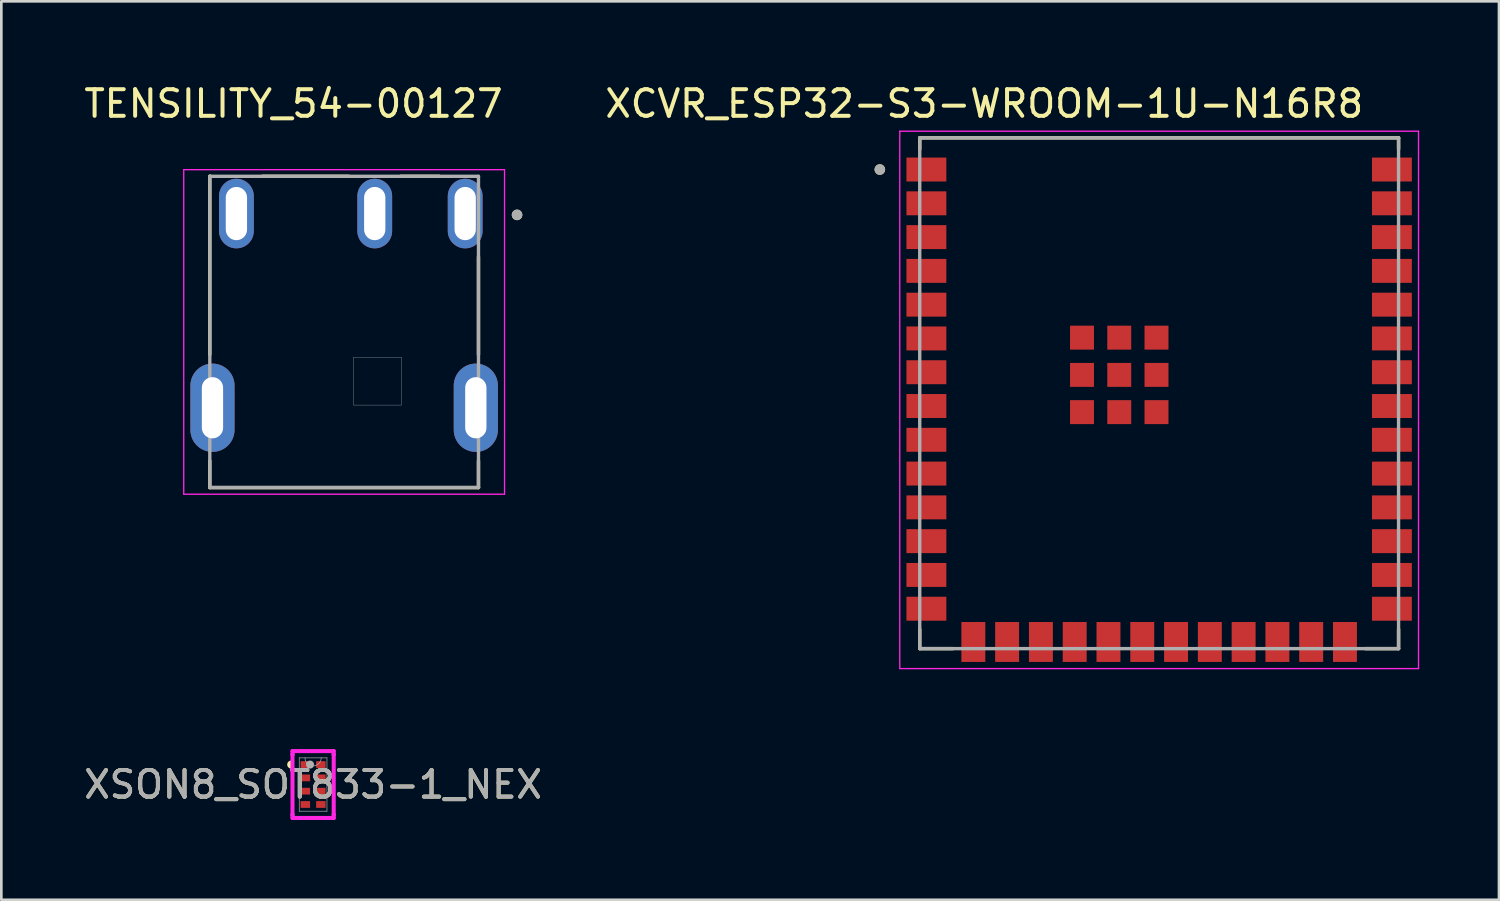
<source format=kicad_pcb>
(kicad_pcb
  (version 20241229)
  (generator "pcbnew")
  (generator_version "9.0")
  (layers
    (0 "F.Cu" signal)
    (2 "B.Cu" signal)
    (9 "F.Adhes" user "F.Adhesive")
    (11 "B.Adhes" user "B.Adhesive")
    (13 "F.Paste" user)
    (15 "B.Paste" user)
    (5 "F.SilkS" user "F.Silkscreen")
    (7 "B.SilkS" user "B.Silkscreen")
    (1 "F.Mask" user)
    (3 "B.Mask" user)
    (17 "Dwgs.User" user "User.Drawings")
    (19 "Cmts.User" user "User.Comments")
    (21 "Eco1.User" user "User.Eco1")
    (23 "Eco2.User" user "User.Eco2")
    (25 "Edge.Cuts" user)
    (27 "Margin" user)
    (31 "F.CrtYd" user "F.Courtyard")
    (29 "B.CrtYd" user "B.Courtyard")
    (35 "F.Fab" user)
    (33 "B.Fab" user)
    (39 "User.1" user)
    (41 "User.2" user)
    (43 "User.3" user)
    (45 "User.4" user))
  (footprint "TENSILITY_54-00127"
    (layer "F.Cu")
    (at 9.887 12.278)
    (property "Reference" "TENSILITY_54-00127" (at -1.905 -11.43 0) (layer "F.SilkS") (effects (font (size 1 1) (thickness 0.15))))
    (attr through_hole)
    (fp_line (start -5.05 -8.7) (end -5.024 -8.7) (stroke (width 0.127) (type solid)) (layer "F.SilkS"))
    (fp_line (start -5.05 -2) (end -5.05 -8.7) (stroke (width 0.127) (type solid)) (layer "F.SilkS"))
    (fp_line (start -5.05 3) (end -5.05 2) (stroke (width 0.127) (type solid)) (layer "F.SilkS"))
    (fp_line (start -3.076 -8.7) (end 0.176 -8.7) (stroke (width 0.127) (type solid)) (layer "F.SilkS"))
    (fp_line (start 2.124 -8.7) (end 3.576 -8.7) (stroke (width 0.127) (type solid)) (layer "F.SilkS"))
    (fp_line (start 5.05 -5.672) (end 5.05 -2) (stroke (width 0.127) (type solid)) (layer "F.SilkS"))
    (fp_line (start 5.05 3) (end -5.05 3) (stroke (width 0.127) (type solid)) (layer "F.SilkS"))
    (fp_line (start 5.05 3) (end 5.05 2) (stroke (width 0.127) (type solid)) (layer "F.SilkS"))
    (fp_circle (center 6.5 -7.25) (end 6.6 -7.25) (stroke (width 0.2) (type solid)) (fill no) (layer "F.SilkS"))
    (fp_line (start 0.35 -1.9) (end 2.15 -1.9) (stroke (width 0.01) (type solid)) (layer "Edge.Cuts"))
    (fp_line (start 0.35 -0.1) (end 0.35 -1.9) (stroke (width 0.01) (type solid)) (layer "Edge.Cuts"))
    (fp_line (start 2.15 -1.9) (end 2.15 -0.1) (stroke (width 0.01) (type solid)) (layer "Edge.Cuts"))
    (fp_line (start 2.15 -0.1) (end 0.35 -0.1) (stroke (width 0.01) (type solid)) (layer "Edge.Cuts"))
    (fp_line (start -6.03 -8.95) (end -6.03 3.25) (stroke (width 0.05) (type solid)) (layer "F.CrtYd"))
    (fp_line (start -6.03 3.25) (end 6.03 3.25) (stroke (width 0.05) (type solid)) (layer "F.CrtYd"))
    (fp_line (start 6.03 -8.95) (end -6.03 -8.95) (stroke (width 0.05) (type solid)) (layer "F.CrtYd"))
    (fp_line (start 6.03 3.25) (end 6.03 -8.95) (stroke (width 0.05) (type solid)) (layer "F.CrtYd"))
    (fp_line (start -5.05 -8.7) (end 5.05 -8.7) (stroke (width 0.127) (type solid)) (layer "F.Fab"))
    (fp_line (start -5.05 3) (end -5.05 -8.7) (stroke (width 0.127) (type solid)) (layer "F.Fab"))
    (fp_line (start 5.05 -8.7) (end 5.05 3) (stroke (width 0.127) (type solid)) (layer "F.Fab"))
    (fp_line (start 5.05 3) (end -5.05 3) (stroke (width 0.127) (type solid)) (layer "F.Fab"))
    (fp_circle (center 6.5 -7.25) (end 6.6 -7.25) (stroke (width 0.2) (type solid)) (fill no) (layer "F.Fab"))
    (pad "A" thru_hole oval (at 4.55 -7.3) (size 1.308 2.616) (drill oval 0.8 2) (layers "*.Cu" "*.Mask"))
    (pad "B" thru_hole oval (at -4.05 -7.3) (size 1.308 2.616) (drill oval 0.8 2) (layers "*.Cu" "*.Mask"))
    (pad "C" thru_hole oval (at 1.15 -7.3) (size 1.308 2.616) (drill oval 0.8 2) (layers "*.Cu" "*.Mask"))
    (pad "SH1" thru_hole oval (at -4.95 0) (size 1.66 3.32) (drill oval 0.8 2.3) (layers "*.Cu" "*.Mask"))
    (pad "SH2" thru_hole oval (at 4.95 0) (size 1.66 3.32) (drill oval 0.8 2.3) (layers "*.Cu" "*.Mask")))
  (footprint "XSON8_SOT833-1_NEX"
    (layer "F.Cu")
    (at 8.72 26.442)
    (property "Reference" "XSON8_SOT833-1_NEX" (at 0 0 0) (unlocked yes) (layer "F.SilkS") (effects (font (size 1 1) (thickness 0.15))))
    (attr smd)
    (fp_arc (start -0.80264 -0.676376) (mid -0.897763 -0.750189) (end -0.80264 -0.824002) (stroke (width 0.1524) (type solid)) (layer "F.SilkS"))
    (fp_line (start -0.775 -1.257) (end 0.775 -1.257) (stroke (width 0.152) (type solid)) (layer "F.CrtYd"))
    (fp_line (start -0.775 -1.131) (end -0.775 -1.257) (stroke (width 0.152) (type solid)) (layer "F.CrtYd"))
    (fp_line (start -0.775 -1.131) (end -0.775 -1.131) (stroke (width 0.152) (type solid)) (layer "F.CrtYd"))
    (fp_line (start -0.775 1.131) (end -0.775 -1.131) (stroke (width 0.152) (type solid)) (layer "F.CrtYd"))
    (fp_line (start -0.775 1.131) (end -0.775 1.131) (stroke (width 0.152) (type solid)) (layer "F.CrtYd"))
    (fp_line (start -0.775 1.257) (end -0.775 1.131) (stroke (width 0.152) (type solid)) (layer "F.CrtYd"))
    (fp_line (start 0.775 -1.257) (end 0.775 -1.131) (stroke (width 0.152) (type solid)) (layer "F.CrtYd"))
    (fp_line (start 0.775 -1.131) (end 0.775 -1.131) (stroke (width 0.152) (type solid)) (layer "F.CrtYd"))
    (fp_line (start 0.775 -1.131) (end 0.775 1.131) (stroke (width 0.152) (type solid)) (layer "F.CrtYd"))
    (fp_line (start 0.775 1.131) (end 0.775 1.131) (stroke (width 0.152) (type solid)) (layer "F.CrtYd"))
    (fp_line (start 0.775 1.131) (end 0.775 1.257) (stroke (width 0.152) (type solid)) (layer "F.CrtYd"))
    (fp_line (start 0.775 1.257) (end -0.775 1.257) (stroke (width 0.152) (type solid)) (layer "F.CrtYd"))
    (fp_line (start -0.521 -1.003) (end -0.521 1.003) (stroke (width 0.025) (type solid)) (layer "F.Fab"))
    (fp_line (start -0.521 1.003) (end 0.521 1.003) (stroke (width 0.025) (type solid)) (layer "F.Fab"))
    (fp_line (start 0.521 -1.003) (end -0.521 -1.003) (stroke (width 0.025) (type solid)) (layer "F.Fab"))
    (fp_line (start 0.521 1.003) (end 0.521 -1.003) (stroke (width 0.025) (type solid)) (layer "F.Fab"))
    (fp_arc (start 0.3048 -1.0033) (mid 0 -0.6985) (end -0.3048 -1.0033) (stroke (width 0.0254) (type solid)) (layer "F.Fab"))
    (fp_circle (center -0.114 -0.75) (end -0.038 -0.75) (stroke (width 0.152) (type solid)) (fill no) (layer "F.Fab"))
    (fp_text user "${REFERENCE}" (at 0 0 0) (unlocked yes) (layer "F.Fab") (effects (font (size 1 1) (thickness 0.15))))
    (pad "1" smd rect (at -0.267 -0.75) (size 0.406 0.254) (layers "F.Cu" "F.Mask" "F.Paste"))
    (pad "2" smd rect (at -0.292 -0.25) (size 0.356 0.254) (layers "F.Cu" "F.Mask" "F.Paste"))
    (pad "3" smd rect (at -0.292 0.25) (size 0.356 0.254) (layers "F.Cu" "F.Mask" "F.Paste"))
    (pad "4" smd rect (at -0.292 0.75) (size 0.356 0.254) (layers "F.Cu" "F.Mask" "F.Paste"))
    (pad "5" smd rect (at 0.292 0.75) (size 0.356 0.254) (layers "F.Cu" "F.Mask" "F.Paste"))
    (pad "6" smd rect (at 0.292 0.25) (size 0.356 0.254) (layers "F.Cu" "F.Mask" "F.Paste"))
    (pad "7" smd rect (at 0.292 -0.25) (size 0.356 0.254) (layers "F.Cu" "F.Mask" "F.Paste"))
    (pad "8" smd rect (at 0.292 -0.75) (size 0.356 0.254) (layers "F.Cu" "F.Mask" "F.Paste")))
  (footprint "XCVR_ESP32-S3-WROOM-1U-N16R8"
    (layer "F.Cu")
    (at 40.525 11.733)
    (property "Reference" "XCVR_ESP32-S3-WROOM-1U-N16R8" (at -6.575 -10.885 0) (layer "F.SilkS") (effects (font (size 1 1) (thickness 0.15))))
    (attr smd)
    (fp_line (start -9 -9.6) (end 9 -9.6) (stroke (width 0.127) (type solid)) (layer "F.SilkS"))
    (fp_line (start -9 -9.18) (end -9 -9.6) (stroke (width 0.127) (type solid)) (layer "F.SilkS"))
    (fp_line (start -9 9.6) (end -9 8.87) (stroke (width 0.127) (type solid)) (layer "F.SilkS"))
    (fp_line (start -7.755 9.6) (end -9 9.6) (stroke (width 0.127) (type solid)) (layer "F.SilkS"))
    (fp_line (start 9 -9.6) (end 9 -9.18) (stroke (width 0.127) (type solid)) (layer "F.SilkS"))
    (fp_line (start 9 9.6) (end 7.755 9.6) (stroke (width 0.127) (type solid)) (layer "F.SilkS"))
    (fp_line (start 9 9.6) (end 9 8.87) (stroke (width 0.127) (type solid)) (layer "F.SilkS"))
    (fp_circle (center -10.5 -8.41) (end -10.4 -8.41) (stroke (width 0.2) (type solid)) (fill no) (layer "F.SilkS"))
    (fp_line (start -9.75 -9.85) (end -9.75 10.35) (stroke (width 0.05) (type solid)) (layer "F.CrtYd"))
    (fp_line (start -9.75 10.35) (end 9.75 10.35) (stroke (width 0.05) (type solid)) (layer "F.CrtYd"))
    (fp_line (start 9.75 -9.85) (end -9.75 -9.85) (stroke (width 0.05) (type solid)) (layer "F.CrtYd"))
    (fp_line (start 9.75 10.35) (end 9.75 -9.85) (stroke (width 0.05) (type solid)) (layer "F.CrtYd"))
    (fp_line (start -9 -9.6) (end 9 -9.6) (stroke (width 0.127) (type solid)) (layer "F.Fab"))
    (fp_line (start -9 9.6) (end -9 -9.6) (stroke (width 0.127) (type solid)) (layer "F.Fab"))
    (fp_line (start 9 -9.6) (end 9 9.6) (stroke (width 0.127) (type solid)) (layer "F.Fab"))
    (fp_line (start 9 9.6) (end -9 9.6) (stroke (width 0.127) (type solid)) (layer "F.Fab"))
    (fp_circle (center -10.5 -8.41) (end -10.4 -8.41) (stroke (width 0.2) (type solid)) (fill no) (layer "F.Fab"))
    (pad "1" smd rect (at -8.75 -8.41) (size 1.5 0.9) (layers "F.Cu" "F.Mask" "F.Paste"))
    (pad "2" smd rect (at -8.75 -7.14) (size 1.5 0.9) (layers "F.Cu" "F.Mask" "F.Paste"))
    (pad "3" smd rect (at -8.75 -5.87) (size 1.5 0.9) (layers "F.Cu" "F.Mask" "F.Paste"))
    (pad "4" smd rect (at -8.75 -4.6) (size 1.5 0.9) (layers "F.Cu" "F.Mask" "F.Paste"))
    (pad "5" smd rect (at -8.75 -3.33) (size 1.5 0.9) (layers "F.Cu" "F.Mask" "F.Paste"))
    (pad "6" smd rect (at -8.75 -2.06) (size 1.5 0.9) (layers "F.Cu" "F.Mask" "F.Paste"))
    (pad "7" smd rect (at -8.75 -0.79) (size 1.5 0.9) (layers "F.Cu" "F.Mask" "F.Paste"))
    (pad "8" smd rect (at -8.75 0.48) (size 1.5 0.9) (layers "F.Cu" "F.Mask" "F.Paste"))
    (pad "9" smd rect (at -8.75 1.75) (size 1.5 0.9) (layers "F.Cu" "F.Mask" "F.Paste"))
    (pad "10" smd rect (at -8.75 3.02) (size 1.5 0.9) (layers "F.Cu" "F.Mask" "F.Paste"))
    (pad "11" smd rect (at -8.75 4.29) (size 1.5 0.9) (layers "F.Cu" "F.Mask" "F.Paste"))
    (pad "12" smd rect (at -8.75 5.56) (size 1.5 0.9) (layers "F.Cu" "F.Mask" "F.Paste"))
    (pad "13" smd rect (at -8.75 6.83) (size 1.5 0.9) (layers "F.Cu" "F.Mask" "F.Paste"))
    (pad "14" smd rect (at -8.75 8.1) (size 1.5 0.9) (layers "F.Cu" "F.Mask" "F.Paste"))
    (pad "15" smd rect (at -6.985 9.35) (size 0.9 1.5) (layers "F.Cu" "F.Mask" "F.Paste"))
    (pad "16" smd rect (at -5.715 9.35) (size 0.9 1.5) (layers "F.Cu" "F.Mask" "F.Paste"))
    (pad "17" smd rect (at -4.445 9.35) (size 0.9 1.5) (layers "F.Cu" "F.Mask" "F.Paste"))
    (pad "18" smd rect (at -3.175 9.35) (size 0.9 1.5) (layers "F.Cu" "F.Mask" "F.Paste"))
    (pad "19" smd rect (at -1.905 9.35) (size 0.9 1.5) (layers "F.Cu" "F.Mask" "F.Paste"))
    (pad "20" smd rect (at -0.635 9.35) (size 0.9 1.5) (layers "F.Cu" "F.Mask" "F.Paste"))
    (pad "21" smd rect (at 0.635 9.35) (size 0.9 1.5) (layers "F.Cu" "F.Mask" "F.Paste"))
    (pad "22" smd rect (at 1.905 9.35) (size 0.9 1.5) (layers "F.Cu" "F.Mask" "F.Paste"))
    (pad "23" smd rect (at 3.175 9.35) (size 0.9 1.5) (layers "F.Cu" "F.Mask" "F.Paste"))
    (pad "24" smd rect (at 4.445 9.35) (size 0.9 1.5) (layers "F.Cu" "F.Mask" "F.Paste"))
    (pad "25" smd rect (at 5.715 9.35) (size 0.9 1.5) (layers "F.Cu" "F.Mask" "F.Paste"))
    (pad "26" smd rect (at 6.985 9.35) (size 0.9 1.5) (layers "F.Cu" "F.Mask" "F.Paste"))
    (pad "27" smd rect (at 8.75 8.1) (size 1.5 0.9) (layers "F.Cu" "F.Mask" "F.Paste"))
    (pad "28" smd rect (at 8.75 6.83) (size 1.5 0.9) (layers "F.Cu" "F.Mask" "F.Paste"))
    (pad "29" smd rect (at 8.75 5.56) (size 1.5 0.9) (layers "F.Cu" "F.Mask" "F.Paste"))
    (pad "30" smd rect (at 8.75 4.29) (size 1.5 0.9) (layers "F.Cu" "F.Mask" "F.Paste"))
    (pad "31" smd rect (at 8.75 3.02) (size 1.5 0.9) (layers "F.Cu" "F.Mask" "F.Paste"))
    (pad "32" smd rect (at 8.75 1.75) (size 1.5 0.9) (layers "F.Cu" "F.Mask" "F.Paste"))
    (pad "33" smd rect (at 8.75 0.48) (size 1.5 0.9) (layers "F.Cu" "F.Mask" "F.Paste"))
    (pad "34" smd rect (at 8.75 -0.79) (size 1.5 0.9) (layers "F.Cu" "F.Mask" "F.Paste"))
    (pad "35" smd rect (at 8.75 -2.06) (size 1.5 0.9) (layers "F.Cu" "F.Mask" "F.Paste"))
    (pad "36" smd rect (at 8.75 -3.33) (size 1.5 0.9) (layers "F.Cu" "F.Mask" "F.Paste"))
    (pad "37" smd rect (at 8.75 -4.6) (size 1.5 0.9) (layers "F.Cu" "F.Mask" "F.Paste"))
    (pad "38" smd rect (at 8.75 -5.87) (size 1.5 0.9) (layers "F.Cu" "F.Mask" "F.Paste"))
    (pad "39" smd rect (at 8.75 -7.14) (size 1.5 0.9) (layers "F.Cu" "F.Mask" "F.Paste"))
    (pad "40" smd rect (at 8.75 -8.41) (size 1.5 0.9) (layers "F.Cu" "F.Mask" "F.Paste"))
    (pad "41_1" smd rect (at -2.9 -2.09) (size 0.9 0.9) (layers "F.Cu" "F.Mask" "F.Paste"))
    (pad "41_2" smd rect (at -1.5 -2.09) (size 0.9 0.9) (layers "F.Cu" "F.Mask" "F.Paste"))
    (pad "41_3" smd rect (at -0.1 -2.09) (size 0.9 0.9) (layers "F.Cu" "F.Mask" "F.Paste"))
    (pad "41_4" smd rect (at -2.9 -0.69) (size 0.9 0.9) (layers "F.Cu" "F.Mask" "F.Paste"))
    (pad "41_5" smd rect (at -1.5 -0.69) (size 0.9 0.9) (layers "F.Cu" "F.Mask" "F.Paste"))
    (pad "41_6" smd rect (at -0.1 -0.69) (size 0.9 0.9) (layers "F.Cu" "F.Mask" "F.Paste"))
    (pad "41_7" smd rect (at -2.9 0.71) (size 0.9 0.9) (layers "F.Cu" "F.Mask" "F.Paste"))
    (pad "41_8" smd rect (at -1.5 0.71) (size 0.9 0.9) (layers "F.Cu" "F.Mask" "F.Paste"))
    (pad "41_9" smd rect (at -0.1 0.71) (size 0.9 0.9) (layers "F.Cu" "F.Mask" "F.Paste")))
  (gr_rect
    (start -3 -3)
    (end 53.3 30.775)
    (stroke (width 0.1) (type default))
    (fill no)
    (layer "Edge.Cuts")))
</source>
